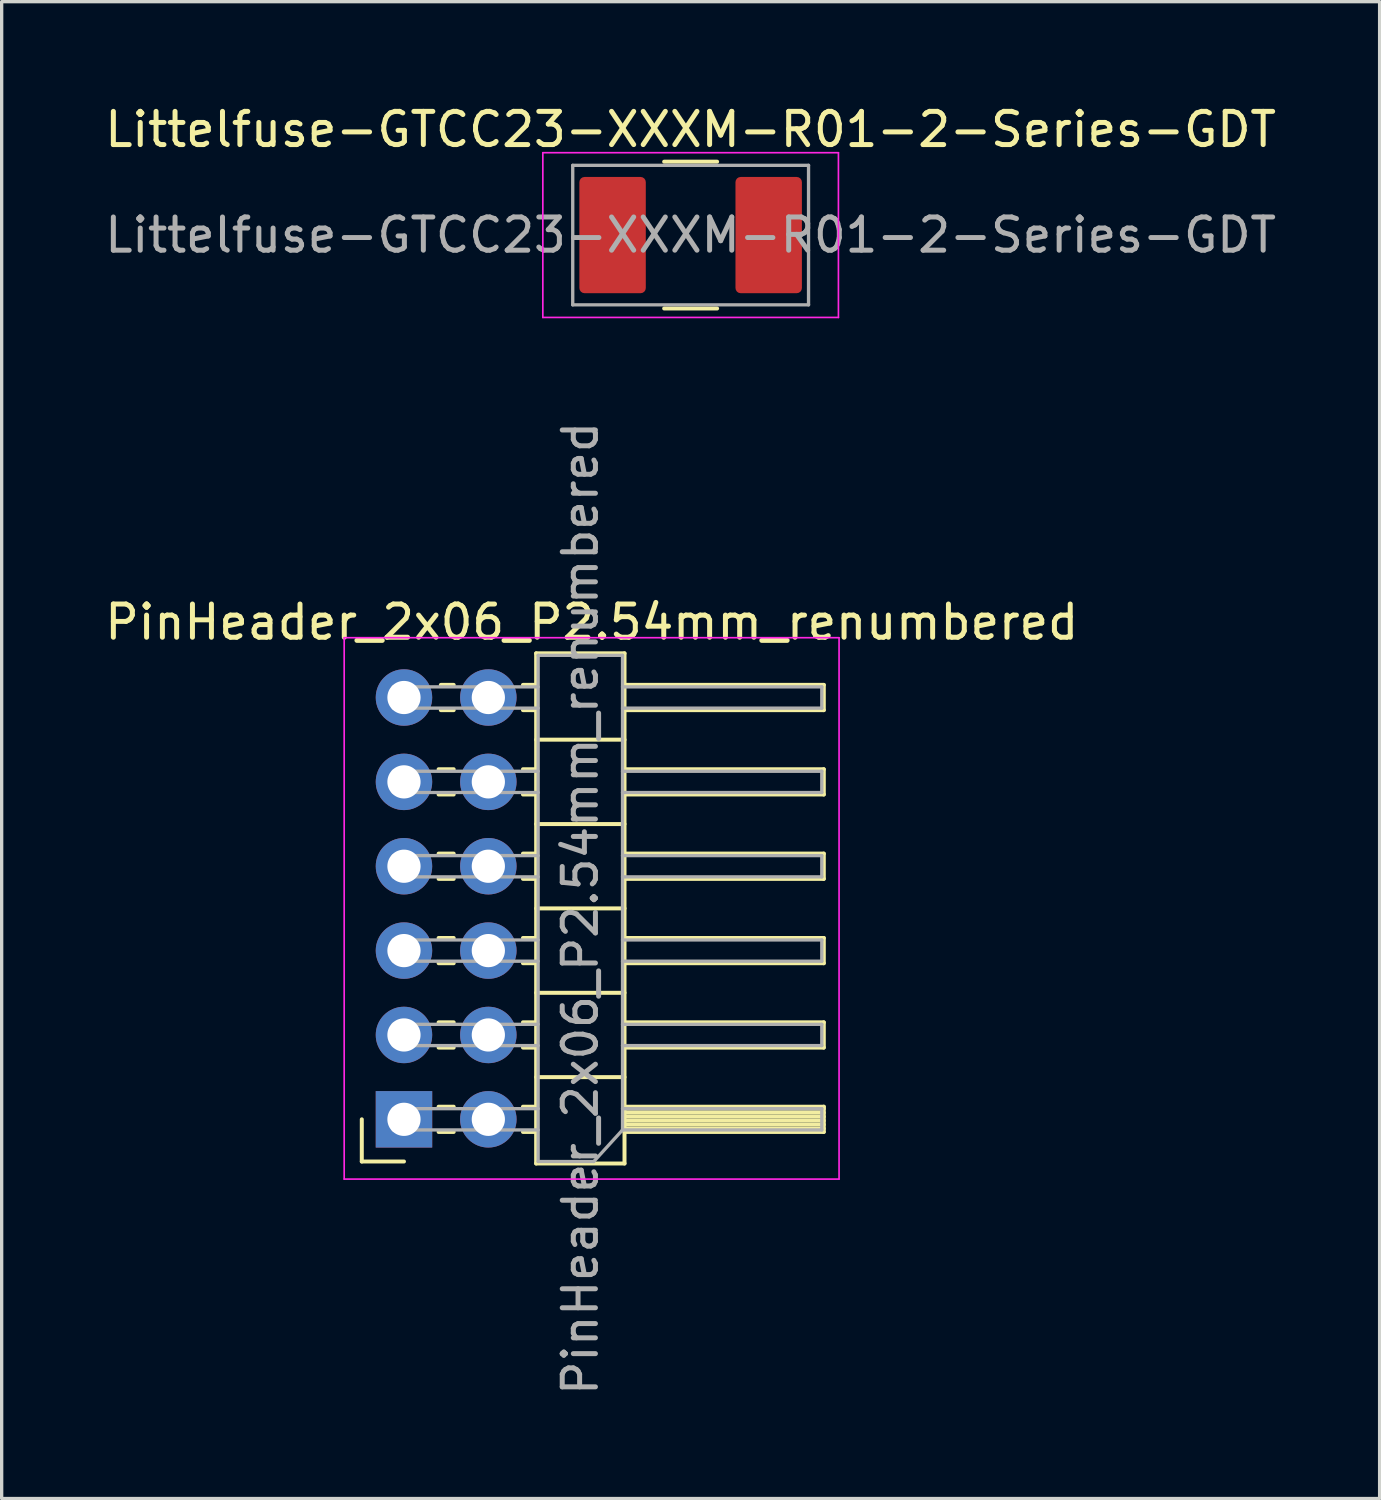
<source format=kicad_pcb>
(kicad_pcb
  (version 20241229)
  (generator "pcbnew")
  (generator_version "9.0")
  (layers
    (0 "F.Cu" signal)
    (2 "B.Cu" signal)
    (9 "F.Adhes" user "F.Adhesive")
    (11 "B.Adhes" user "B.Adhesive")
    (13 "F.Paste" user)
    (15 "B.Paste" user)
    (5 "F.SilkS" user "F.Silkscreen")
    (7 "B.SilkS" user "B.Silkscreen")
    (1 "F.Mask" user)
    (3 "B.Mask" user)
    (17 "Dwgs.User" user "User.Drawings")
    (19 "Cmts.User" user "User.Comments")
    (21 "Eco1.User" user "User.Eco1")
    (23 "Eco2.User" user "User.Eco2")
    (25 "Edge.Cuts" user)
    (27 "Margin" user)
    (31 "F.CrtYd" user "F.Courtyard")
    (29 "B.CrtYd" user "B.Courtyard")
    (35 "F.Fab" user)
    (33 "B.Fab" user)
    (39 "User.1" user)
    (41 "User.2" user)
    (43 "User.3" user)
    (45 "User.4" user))
  (footprint "PinHeader_2x06_P2.54mm_renumbered"
    (layer "F.Cu")
    (at 9.113 17.951)
    (property "Reference" "PinHeader_2x06_P2.54mm_renumbered" (at 5.655 -2.27 0) (layer "F.SilkS") (effects (font (size 1 1) (thickness 0.15))))
    (attr through_hole)
    (fp_line (start -1.27 13.97) (end -1.27 12.7) (stroke (width 0.12) (type solid)) (layer "F.SilkS"))
    (fp_line (start 0 13.97) (end -1.27 13.97) (stroke (width 0.12) (type solid)) (layer "F.SilkS"))
    (fp_line (start 1.043 2.16) (end 1.497 2.16) (stroke (width 0.12) (type solid)) (layer "F.SilkS"))
    (fp_line (start 1.043 2.92) (end 1.497 2.92) (stroke (width 0.12) (type solid)) (layer "F.SilkS"))
    (fp_line (start 1.043 4.7) (end 1.497 4.7) (stroke (width 0.12) (type solid)) (layer "F.SilkS"))
    (fp_line (start 1.043 5.46) (end 1.497 5.46) (stroke (width 0.12) (type solid)) (layer "F.SilkS"))
    (fp_line (start 1.043 7.24) (end 1.497 7.24) (stroke (width 0.12) (type solid)) (layer "F.SilkS"))
    (fp_line (start 1.043 8) (end 1.497 8) (stroke (width 0.12) (type solid)) (layer "F.SilkS"))
    (fp_line (start 1.043 9.78) (end 1.497 9.78) (stroke (width 0.12) (type solid)) (layer "F.SilkS"))
    (fp_line (start 1.043 10.54) (end 1.497 10.54) (stroke (width 0.12) (type solid)) (layer "F.SilkS"))
    (fp_line (start 1.043 12.32) (end 1.497 12.32) (stroke (width 0.12) (type solid)) (layer "F.SilkS"))
    (fp_line (start 1.043 13.08) (end 1.497 13.08) (stroke (width 0.12) (type solid)) (layer "F.SilkS"))
    (fp_line (start 1.11 -0.38) (end 1.497 -0.38) (stroke (width 0.12) (type solid)) (layer "F.SilkS"))
    (fp_line (start 1.11 0.38) (end 1.497 0.38) (stroke (width 0.12) (type solid)) (layer "F.SilkS"))
    (fp_line (start 3.583 -0.38) (end 3.98 -0.38) (stroke (width 0.12) (type solid)) (layer "F.SilkS"))
    (fp_line (start 3.583 0.38) (end 3.98 0.38) (stroke (width 0.12) (type solid)) (layer "F.SilkS"))
    (fp_line (start 3.583 2.16) (end 3.98 2.16) (stroke (width 0.12) (type solid)) (layer "F.SilkS"))
    (fp_line (start 3.583 2.92) (end 3.98 2.92) (stroke (width 0.12) (type solid)) (layer "F.SilkS"))
    (fp_line (start 3.583 4.7) (end 3.98 4.7) (stroke (width 0.12) (type solid)) (layer "F.SilkS"))
    (fp_line (start 3.583 5.46) (end 3.98 5.46) (stroke (width 0.12) (type solid)) (layer "F.SilkS"))
    (fp_line (start 3.583 7.24) (end 3.98 7.24) (stroke (width 0.12) (type solid)) (layer "F.SilkS"))
    (fp_line (start 3.583 8) (end 3.98 8) (stroke (width 0.12) (type solid)) (layer "F.SilkS"))
    (fp_line (start 3.583 9.78) (end 3.98 9.78) (stroke (width 0.12) (type solid)) (layer "F.SilkS"))
    (fp_line (start 3.583 10.54) (end 3.98 10.54) (stroke (width 0.12) (type solid)) (layer "F.SilkS"))
    (fp_line (start 3.583 12.32) (end 3.98 12.32) (stroke (width 0.12) (type solid)) (layer "F.SilkS"))
    (fp_line (start 3.583 13.08) (end 3.98 13.08) (stroke (width 0.12) (type solid)) (layer "F.SilkS"))
    (fp_line (start 3.98 -1.33) (end 3.98 14.03) (stroke (width 0.12) (type solid)) (layer "F.SilkS"))
    (fp_line (start 3.98 1.27) (end 6.64 1.27) (stroke (width 0.12) (type solid)) (layer "F.SilkS"))
    (fp_line (start 3.98 3.81) (end 6.64 3.81) (stroke (width 0.12) (type solid)) (layer "F.SilkS"))
    (fp_line (start 3.98 6.35) (end 6.64 6.35) (stroke (width 0.12) (type solid)) (layer "F.SilkS"))
    (fp_line (start 3.98 8.89) (end 6.64 8.89) (stroke (width 0.12) (type solid)) (layer "F.SilkS"))
    (fp_line (start 3.98 11.43) (end 6.64 11.43) (stroke (width 0.12) (type solid)) (layer "F.SilkS"))
    (fp_line (start 3.98 14.03) (end 6.64 14.03) (stroke (width 0.12) (type solid)) (layer "F.SilkS"))
    (fp_line (start 6.64 -1.33) (end 3.98 -1.33) (stroke (width 0.12) (type solid)) (layer "F.SilkS"))
    (fp_line (start 6.64 -0.38) (end 12.64 -0.38) (stroke (width 0.12) (type solid)) (layer "F.SilkS"))
    (fp_line (start 6.64 2.16) (end 12.64 2.16) (stroke (width 0.12) (type solid)) (layer "F.SilkS"))
    (fp_line (start 6.64 4.7) (end 12.64 4.7) (stroke (width 0.12) (type solid)) (layer "F.SilkS"))
    (fp_line (start 6.64 7.24) (end 12.64 7.24) (stroke (width 0.12) (type solid)) (layer "F.SilkS"))
    (fp_line (start 6.64 9.78) (end 12.64 9.78) (stroke (width 0.12) (type solid)) (layer "F.SilkS"))
    (fp_line (start 6.64 12.32) (end 12.64 12.32) (stroke (width 0.12) (type solid)) (layer "F.SilkS"))
    (fp_line (start 6.64 12.38) (end 12.64 12.38) (stroke (width 0.12) (type solid)) (layer "F.SilkS"))
    (fp_line (start 6.64 12.5) (end 12.64 12.5) (stroke (width 0.12) (type solid)) (layer "F.SilkS"))
    (fp_line (start 6.64 12.62) (end 12.64 12.62) (stroke (width 0.12) (type solid)) (layer "F.SilkS"))
    (fp_line (start 6.64 12.74) (end 12.64 12.74) (stroke (width 0.12) (type solid)) (layer "F.SilkS"))
    (fp_line (start 6.64 12.86) (end 12.64 12.86) (stroke (width 0.12) (type solid)) (layer "F.SilkS"))
    (fp_line (start 6.64 12.98) (end 12.64 12.98) (stroke (width 0.12) (type solid)) (layer "F.SilkS"))
    (fp_line (start 6.64 14.03) (end 6.64 -1.33) (stroke (width 0.12) (type solid)) (layer "F.SilkS"))
    (fp_line (start 12.64 -0.38) (end 12.64 0.38) (stroke (width 0.12) (type solid)) (layer "F.SilkS"))
    (fp_line (start 12.64 0.38) (end 6.64 0.38) (stroke (width 0.12) (type solid)) (layer "F.SilkS"))
    (fp_line (start 12.64 2.16) (end 12.64 2.92) (stroke (width 0.12) (type solid)) (layer "F.SilkS"))
    (fp_line (start 12.64 2.92) (end 6.64 2.92) (stroke (width 0.12) (type solid)) (layer "F.SilkS"))
    (fp_line (start 12.64 4.7) (end 12.64 5.46) (stroke (width 0.12) (type solid)) (layer "F.SilkS"))
    (fp_line (start 12.64 5.46) (end 6.64 5.46) (stroke (width 0.12) (type solid)) (layer "F.SilkS"))
    (fp_line (start 12.64 7.24) (end 12.64 8) (stroke (width 0.12) (type solid)) (layer "F.SilkS"))
    (fp_line (start 12.64 8) (end 6.64 8) (stroke (width 0.12) (type solid)) (layer "F.SilkS"))
    (fp_line (start 12.64 9.78) (end 12.64 10.54) (stroke (width 0.12) (type solid)) (layer "F.SilkS"))
    (fp_line (start 12.64 10.54) (end 6.64 10.54) (stroke (width 0.12) (type solid)) (layer "F.SilkS"))
    (fp_line (start 12.64 12.32) (end 12.64 13.08) (stroke (width 0.12) (type solid)) (layer "F.SilkS"))
    (fp_line (start 12.64 13.08) (end 6.64 13.08) (stroke (width 0.12) (type solid)) (layer "F.SilkS"))
    (fp_line (start -1.8 -1.8) (end -1.8 14.5) (stroke (width 0.05) (type solid)) (layer "F.CrtYd"))
    (fp_line (start -1.8 14.5) (end 13.1 14.5) (stroke (width 0.05) (type solid)) (layer "F.CrtYd"))
    (fp_line (start 13.1 -1.8) (end -1.8 -1.8) (stroke (width 0.05) (type solid)) (layer "F.CrtYd"))
    (fp_line (start 13.1 14.5) (end 13.1 -1.8) (stroke (width 0.05) (type solid)) (layer "F.CrtYd"))
    (fp_line (start -0.32 -0.32) (end -0.32 0.32) (stroke (width 0.1) (type solid)) (layer "F.Fab"))
    (fp_line (start -0.32 -0.32) (end 4.04 -0.32) (stroke (width 0.1) (type solid)) (layer "F.Fab"))
    (fp_line (start -0.32 0.32) (end 4.04 0.32) (stroke (width 0.1) (type solid)) (layer "F.Fab"))
    (fp_line (start -0.32 2.22) (end -0.32 2.86) (stroke (width 0.1) (type solid)) (layer "F.Fab"))
    (fp_line (start -0.32 2.22) (end 4.04 2.22) (stroke (width 0.1) (type solid)) (layer "F.Fab"))
    (fp_line (start -0.32 2.86) (end 4.04 2.86) (stroke (width 0.1) (type solid)) (layer "F.Fab"))
    (fp_line (start -0.32 4.76) (end -0.32 5.4) (stroke (width 0.1) (type solid)) (layer "F.Fab"))
    (fp_line (start -0.32 4.76) (end 4.04 4.76) (stroke (width 0.1) (type solid)) (layer "F.Fab"))
    (fp_line (start -0.32 5.4) (end 4.04 5.4) (stroke (width 0.1) (type solid)) (layer "F.Fab"))
    (fp_line (start -0.32 7.3) (end -0.32 7.94) (stroke (width 0.1) (type solid)) (layer "F.Fab"))
    (fp_line (start -0.32 7.3) (end 4.04 7.3) (stroke (width 0.1) (type solid)) (layer "F.Fab"))
    (fp_line (start -0.32 7.94) (end 4.04 7.94) (stroke (width 0.1) (type solid)) (layer "F.Fab"))
    (fp_line (start -0.32 9.84) (end -0.32 10.48) (stroke (width 0.1) (type solid)) (layer "F.Fab"))
    (fp_line (start -0.32 9.84) (end 4.04 9.84) (stroke (width 0.1) (type solid)) (layer "F.Fab"))
    (fp_line (start -0.32 10.48) (end 4.04 10.48) (stroke (width 0.1) (type solid)) (layer "F.Fab"))
    (fp_line (start -0.32 12.38) (end -0.32 13.02) (stroke (width 0.1) (type solid)) (layer "F.Fab"))
    (fp_line (start -0.32 12.38) (end 4.04 12.38) (stroke (width 0.1) (type solid)) (layer "F.Fab"))
    (fp_line (start -0.32 13.02) (end 4.04 13.02) (stroke (width 0.1) (type solid)) (layer "F.Fab"))
    (fp_line (start 4.04 -1.27) (end 6.58 -1.27) (stroke (width 0.1) (type solid)) (layer "F.Fab"))
    (fp_line (start 4.04 13.97) (end 4.04 -1.27) (stroke (width 0.1) (type solid)) (layer "F.Fab"))
    (fp_line (start 5.715 13.97) (end 4.04 13.97) (stroke (width 0.1) (type solid)) (layer "F.Fab"))
    (fp_line (start 6.58 -1.27) (end 6.58 13.02) (stroke (width 0.1) (type solid)) (layer "F.Fab"))
    (fp_line (start 6.58 -0.32) (end 12.58 -0.32) (stroke (width 0.1) (type solid)) (layer "F.Fab"))
    (fp_line (start 6.58 0.32) (end 12.58 0.32) (stroke (width 0.1) (type solid)) (layer "F.Fab"))
    (fp_line (start 6.58 2.22) (end 12.58 2.22) (stroke (width 0.1) (type solid)) (layer "F.Fab"))
    (fp_line (start 6.58 2.86) (end 12.58 2.86) (stroke (width 0.1) (type solid)) (layer "F.Fab"))
    (fp_line (start 6.58 4.76) (end 12.58 4.76) (stroke (width 0.1) (type solid)) (layer "F.Fab"))
    (fp_line (start 6.58 5.4) (end 12.58 5.4) (stroke (width 0.1) (type solid)) (layer "F.Fab"))
    (fp_line (start 6.58 7.3) (end 12.58 7.3) (stroke (width 0.1) (type solid)) (layer "F.Fab"))
    (fp_line (start 6.58 7.94) (end 12.58 7.94) (stroke (width 0.1) (type solid)) (layer "F.Fab"))
    (fp_line (start 6.58 9.84) (end 12.58 9.84) (stroke (width 0.1) (type solid)) (layer "F.Fab"))
    (fp_line (start 6.58 10.48) (end 12.58 10.48) (stroke (width 0.1) (type solid)) (layer "F.Fab"))
    (fp_line (start 6.58 12.38) (end 12.58 12.38) (stroke (width 0.1) (type solid)) (layer "F.Fab"))
    (fp_line (start 6.58 13.02) (end 5.715 13.97) (stroke (width 0.1) (type solid)) (layer "F.Fab"))
    (fp_line (start 6.58 13.02) (end 12.58 13.02) (stroke (width 0.1) (type solid)) (layer "F.Fab"))
    (fp_line (start 12.58 -0.32) (end 12.58 0.32) (stroke (width 0.1) (type solid)) (layer "F.Fab"))
    (fp_line (start 12.58 2.22) (end 12.58 2.86) (stroke (width 0.1) (type solid)) (layer "F.Fab"))
    (fp_line (start 12.58 4.76) (end 12.58 5.4) (stroke (width 0.1) (type solid)) (layer "F.Fab"))
    (fp_line (start 12.58 7.3) (end 12.58 7.94) (stroke (width 0.1) (type solid)) (layer "F.Fab"))
    (fp_line (start 12.58 9.84) (end 12.58 10.48) (stroke (width 0.1) (type solid)) (layer "F.Fab"))
    (fp_line (start 12.58 12.38) (end 12.58 13.02) (stroke (width 0.1) (type solid)) (layer "F.Fab"))
    (fp_text user "${REFERENCE}" (at 5.31 6.35 90) (layer "F.Fab") (effects (font (size 1 1) (thickness 0.15))))
    (pad "1" thru_hole rect (at 0 12.7) (size 1.7 1.7) (drill 1) (layers "*.Cu" "*.Mask"))
    (pad "2" thru_hole oval (at 0 10.16) (size 1.7 1.7) (drill 1) (layers "*.Cu" "*.Mask"))
    (pad "3" thru_hole oval (at 0 7.62) (size 1.7 1.7) (drill 1) (layers "*.Cu" "*.Mask"))
    (pad "4" thru_hole oval (at 0 5.08) (size 1.7 1.7) (drill 1) (layers "*.Cu" "*.Mask"))
    (pad "5" thru_hole oval (at 0 2.54) (size 1.7 1.7) (drill 1) (layers "*.Cu" "*.Mask"))
    (pad "6" thru_hole oval (at 0 0) (size 1.7 1.7) (drill 1) (layers "*.Cu" "*.Mask"))
    (pad "7" thru_hole oval (at 2.54 12.7) (size 1.7 1.7) (drill 1) (layers "*.Cu" "*.Mask"))
    (pad "8" thru_hole oval (at 2.54 10.16) (size 1.7 1.7) (drill 1) (layers "*.Cu" "*.Mask"))
    (pad "9" thru_hole oval (at 2.54 7.62) (size 1.7 1.7) (drill 1) (layers "*.Cu" "*.Mask"))
    (pad "10" thru_hole oval (at 2.54 5.08) (size 1.7 1.7) (drill 1) (layers "*.Cu" "*.Mask"))
    (pad "11" thru_hole oval (at 2.54 2.54) (size 1.7 1.7) (drill 1) (layers "*.Cu" "*.Mask"))
    (pad "12" thru_hole oval (at 2.54 0) (size 1.7 1.7) (drill 1) (layers "*.Cu" "*.Mask")))
  (footprint "Littelfuse-GTCC23-XXXM-R01-2-Series-GDT"
    (layer "F.Cu")
    (at 17.744 4.028)
    (property "Reference" "Littelfuse-GTCC23-XXXM-R01-2-Series-GDT" (at 0 -3.18 0) (layer "F.SilkS") (effects (font (size 1 1) (thickness 0.15))))
    (attr smd)
    (fp_line (start -0.797 -2.21) (end 0.797 -2.21) (stroke (width 0.12) (type solid)) (layer "F.SilkS"))
    (fp_line (start -0.797 2.21) (end 0.797 2.21) (stroke (width 0.12) (type solid)) (layer "F.SilkS"))
    (fp_line (start -4.45 -2.48) (end 4.45 -2.48) (stroke (width 0.05) (type solid)) (layer "F.CrtYd"))
    (fp_line (start -4.45 2.48) (end -4.45 -2.48) (stroke (width 0.05) (type solid)) (layer "F.CrtYd"))
    (fp_line (start 4.45 -2.48) (end 4.45 2.48) (stroke (width 0.05) (type solid)) (layer "F.CrtYd"))
    (fp_line (start 4.45 2.48) (end -4.45 2.48) (stroke (width 0.05) (type solid)) (layer "F.CrtYd"))
    (fp_line (start -3.55 -2.1) (end 3.55 -2.1) (stroke (width 0.1) (type solid)) (layer "F.Fab"))
    (fp_line (start -3.55 2.1) (end -3.55 -2.1) (stroke (width 0.1) (type solid)) (layer "F.Fab"))
    (fp_line (start 3.55 -2.1) (end 3.55 2.1) (stroke (width 0.1) (type solid)) (layer "F.Fab"))
    (fp_line (start 3.55 2.1) (end -3.55 2.1) (stroke (width 0.1) (type solid)) (layer "F.Fab"))
    (fp_text user "${REFERENCE}" (at 0 0 0) (layer "F.Fab") (effects (font (size 1 1) (thickness 0.15))))
    (pad "1" smd roundrect (at -2.35 0) (size 2 3.5) (layers "F.Cu" "F.Mask" "F.Paste") (roundrect_rratio 0.078))
    (pad "2" smd roundrect (at 2.35 0) (size 2 3.5) (layers "F.Cu" "F.Mask" "F.Paste") (roundrect_rratio 0.078)))
  (gr_rect
    (start -3 -3)
    (end 38.488 42.069)
    (stroke (width 0.1) (type default))
    (fill no)
    (layer "Edge.Cuts")))
</source>
